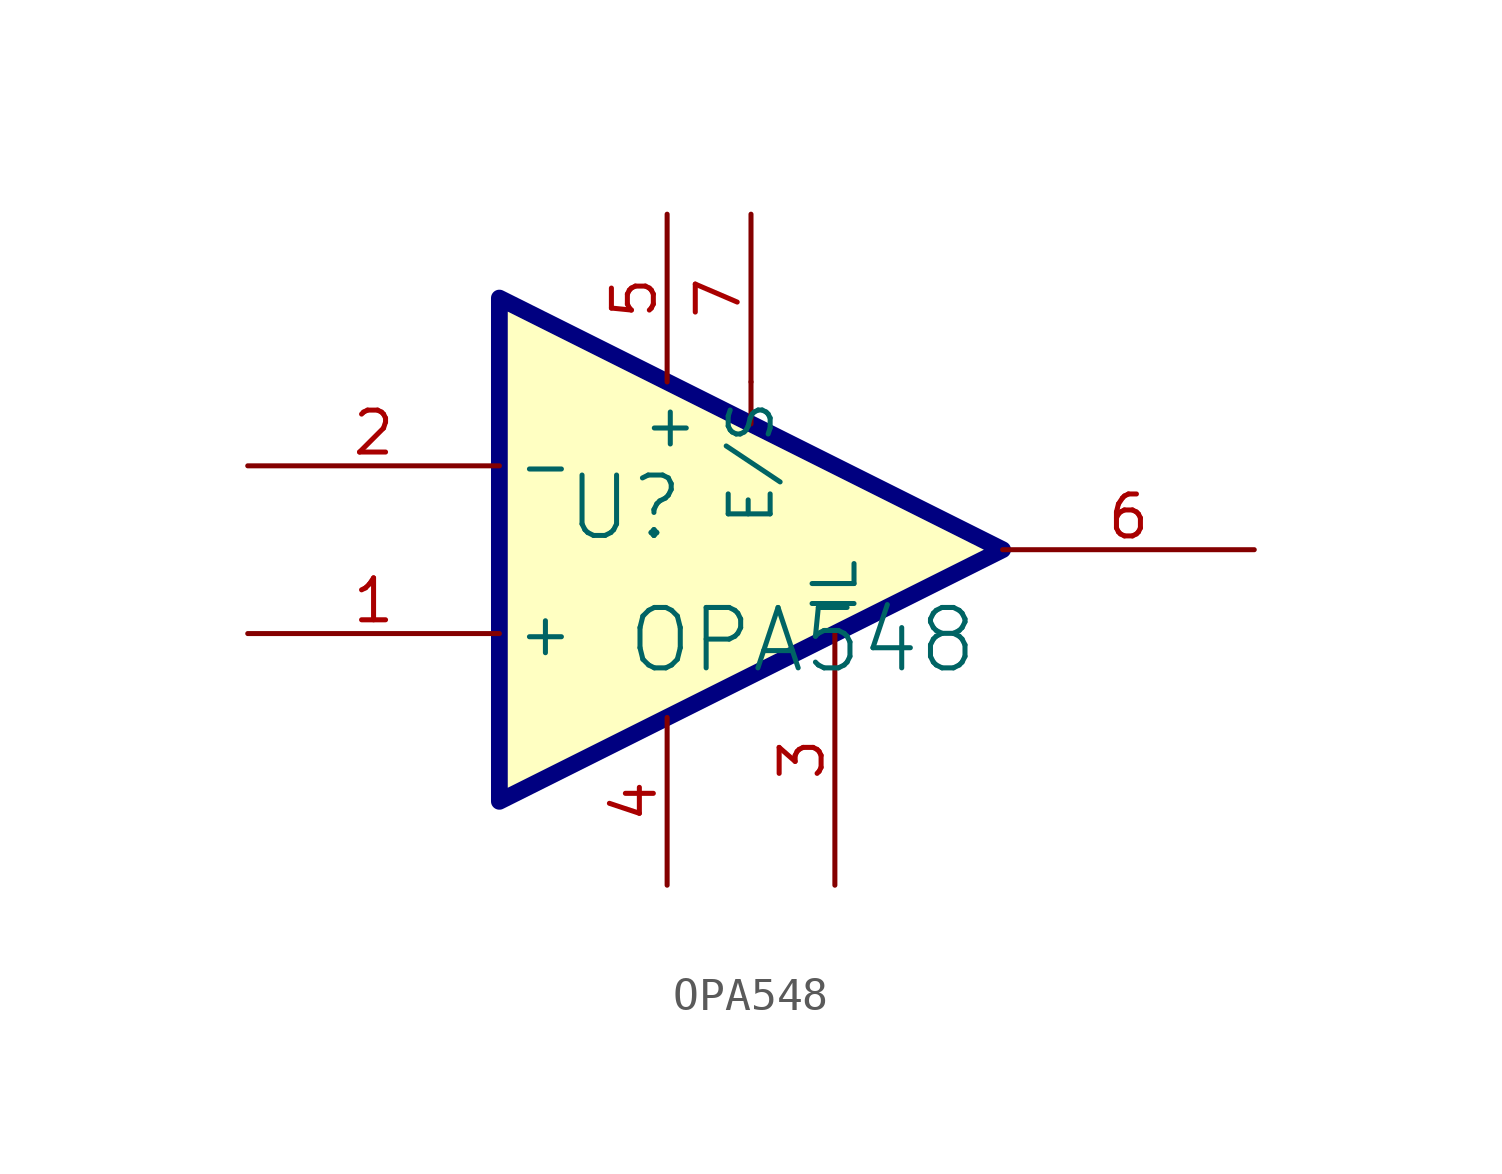
<source format=kicad_sym>
(kicad_symbol_lib
  (version 20241209)
  (generator "kicad_symbol_editor")
  (generator_version "9.0")
  (symbol "OPA548"
    (property "Reference" "U"
      (at -1.27 1.27 0)
      (effects (font (size 1.829 1.829))))
    (property "Value" "OPA548"
      (at -1.27 -3.81 0)
      (effects (font (size 1.829 1.829)) (justify left bottom)))
    (symbol "OPA548_1_0"
      (polyline (pts (xy -5.08 7.62) (xy -5.08 -7.62) (xy 10.16 0) (xy -5.08 7.62)) (stroke (width 0.508) (type solid) (color 0 0 128 1)) (fill (type background)))
      (polyline (pts (xy 2.54 5.08) (xy 2.54 3.81)) (stroke (width 0) (type solid)) (fill (type none)))
      (pin passive line (at -12.7 2.54 0) (length 7.62) (name "-" (effects (font (size 1.27 1.27)))) (number "2" (effects (font (size 1.27 1.27)))))
      (pin passive line (at -12.7 -2.54 0) (length 7.62) (name "+" (effects (font (size 1.27 1.27)))) (number "1" (effects (font (size 1.27 1.27)))))
      (pin passive line (at 0 10.16 270) (length 5.08) (name "+" (effects (font (size 1.27 1.27)))) (number "5" (effects (font (size 1.27 1.27)))))
      (pin passive line (at 0 -10.16 90) (length 5.08) (name "V-" (effects (font (size 0 0)))) (number "4" (effects (font (size 1.27 1.27)))))
      (pin passive line (at 2.54 10.16 270) (length 5.08) (name "E/S" (effects (font (size 1.27 1.27)))) (number "7" (effects (font (size 1.27 1.27)))))
      (pin passive line (at 5.08 -10.16 90) (length 7.62) (name "IL" (effects (font (size 1.27 1.27)))) (number "3" (effects (font (size 1.27 1.27)))))
      (pin passive line (at 17.78 0 180) (length 7.62) (name "Vout" (effects (font (size 0 0)))) (number "6" (effects (font (size 1.27 1.27))))))))
</source>
